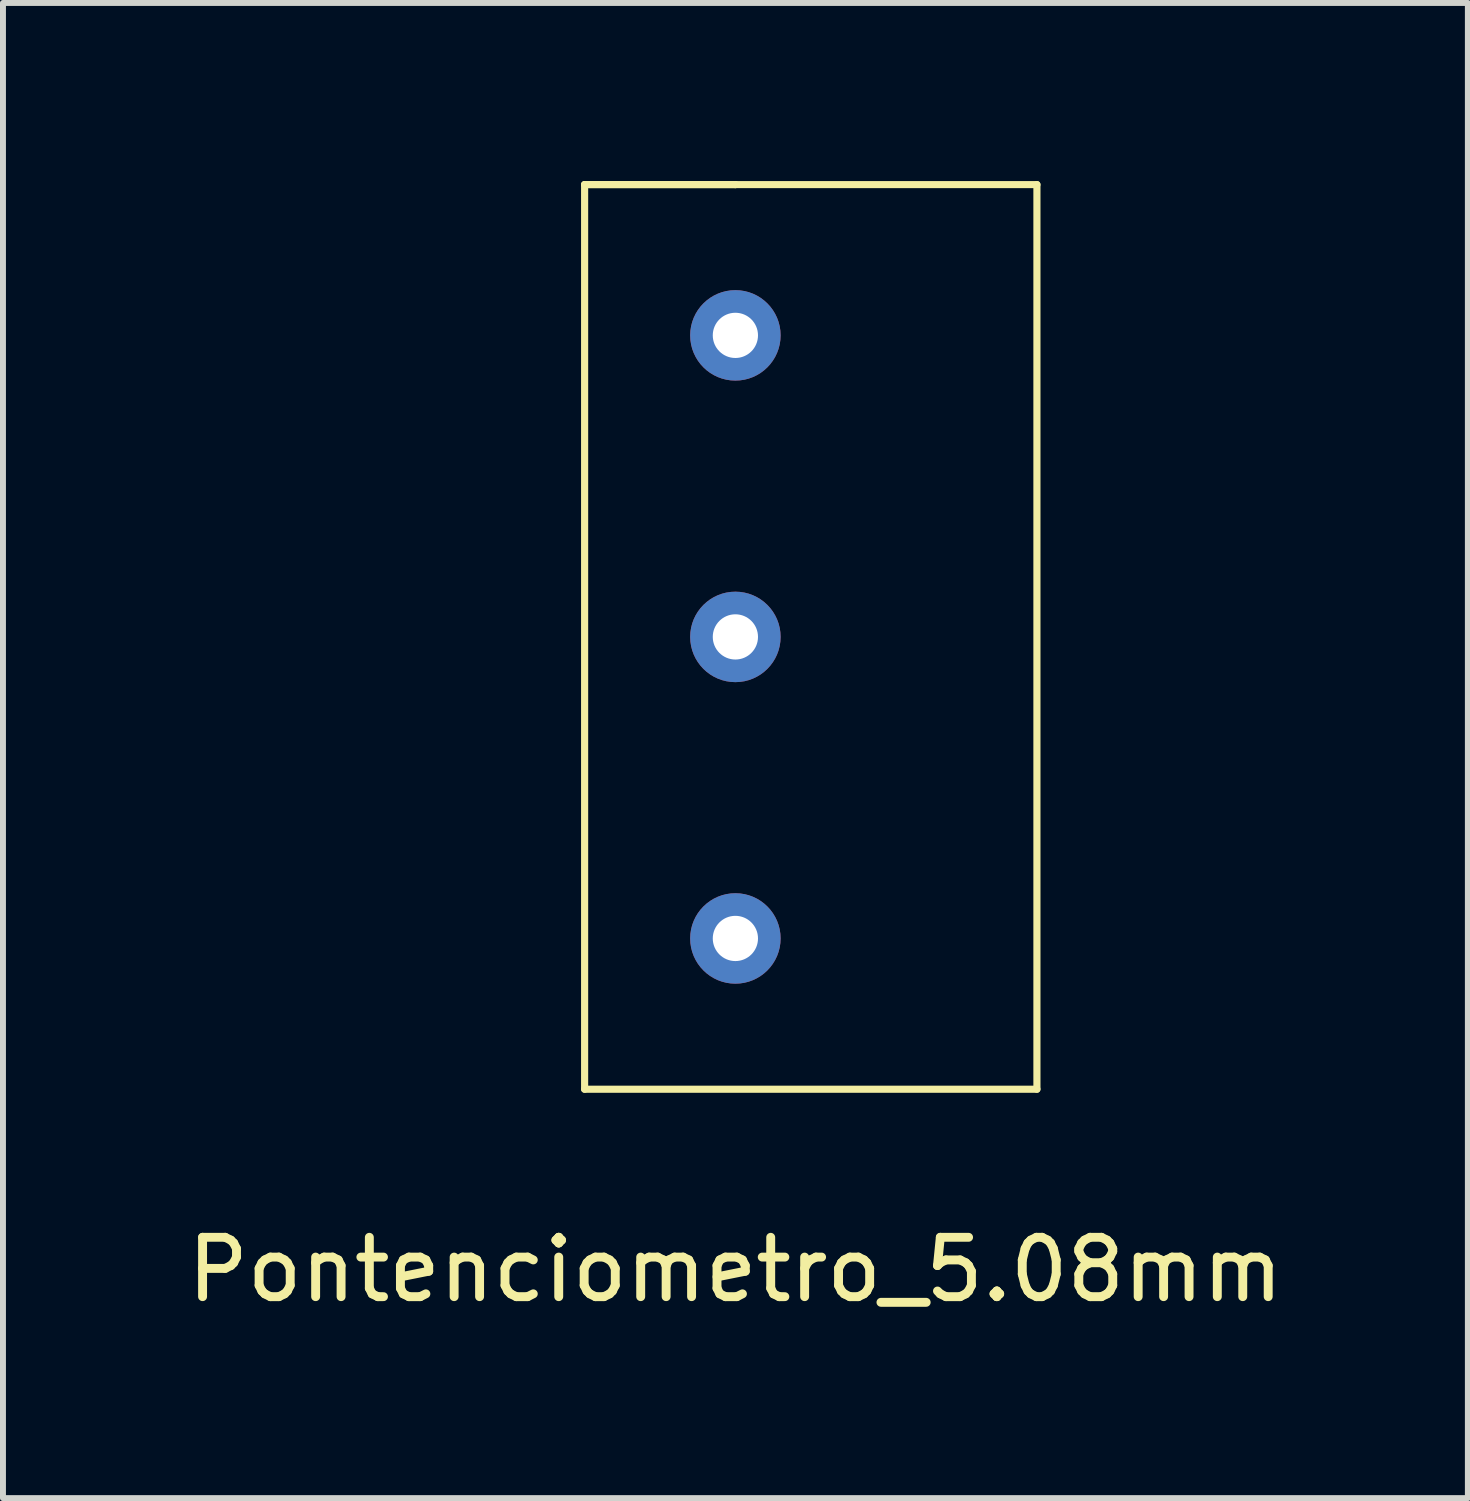
<source format=kicad_pcb>
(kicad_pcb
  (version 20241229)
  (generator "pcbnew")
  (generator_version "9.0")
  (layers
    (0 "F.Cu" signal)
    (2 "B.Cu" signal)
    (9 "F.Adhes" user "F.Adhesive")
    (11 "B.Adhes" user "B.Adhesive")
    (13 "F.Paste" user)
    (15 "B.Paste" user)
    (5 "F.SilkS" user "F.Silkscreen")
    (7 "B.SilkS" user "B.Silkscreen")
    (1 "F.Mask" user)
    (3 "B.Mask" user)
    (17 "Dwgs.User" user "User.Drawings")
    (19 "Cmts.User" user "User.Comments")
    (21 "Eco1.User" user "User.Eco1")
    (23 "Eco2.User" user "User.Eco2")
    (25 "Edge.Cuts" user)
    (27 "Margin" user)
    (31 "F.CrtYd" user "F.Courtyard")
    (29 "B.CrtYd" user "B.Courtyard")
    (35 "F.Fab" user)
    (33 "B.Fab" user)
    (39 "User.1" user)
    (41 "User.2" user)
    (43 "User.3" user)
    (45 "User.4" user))
  (footprint "Pontenciometro_5.08mm"
    (layer "F.Cu")
    (at 9.339 17.84)
    (property "Reference" "Pontenciometro_5.08mm" (at 0 0.5 0) (layer "F.SilkS") (effects (font (size 1 1) (thickness 0.15))))
    (attr through_hole)
    (fp_line (start -2.54 -17.78) (end 0 -17.78) (stroke (width 0.12) (type solid)) (layer "F.SilkS"))
    (fp_line (start -2.54 -2.54) (end -2.54 -17.78) (stroke (width 0.12) (type solid)) (layer "F.SilkS"))
    (fp_line (start -2.54 -2.54) (end 5.08 -2.54) (stroke (width 0.12) (type solid)) (layer "F.SilkS"))
    (fp_line (start 0 -17.78) (end -2.54 -17.78) (stroke (width 0.12) (type solid)) (layer "F.SilkS"))
    (fp_line (start 0 -17.78) (end 5.08 -17.78) (stroke (width 0.12) (type solid)) (layer "F.SilkS"))
    (fp_line (start 5.08 -17.78) (end 5.08 -2.54) (stroke (width 0.12) (type solid)) (layer "F.SilkS"))
    (pad "1" thru_hole circle (at 0 -15.24) (size 1.524 1.524) (drill 0.762) (layers "*.Cu" "*.Mask"))
    (pad "2" thru_hole circle (at 0 -10.16) (size 1.524 1.524) (drill 0.762) (layers "*.Cu" "*.Mask"))
    (pad "3" thru_hole circle (at 0 -5.08) (size 1.524 1.524) (drill 0.762) (layers "*.Cu" "*.Mask")))
  (gr_rect
    (start -3 -3)
    (end 21.679 22.188)
    (stroke (width 0.1) (type default))
    (fill no)
    (layer "Edge.Cuts")))
</source>
